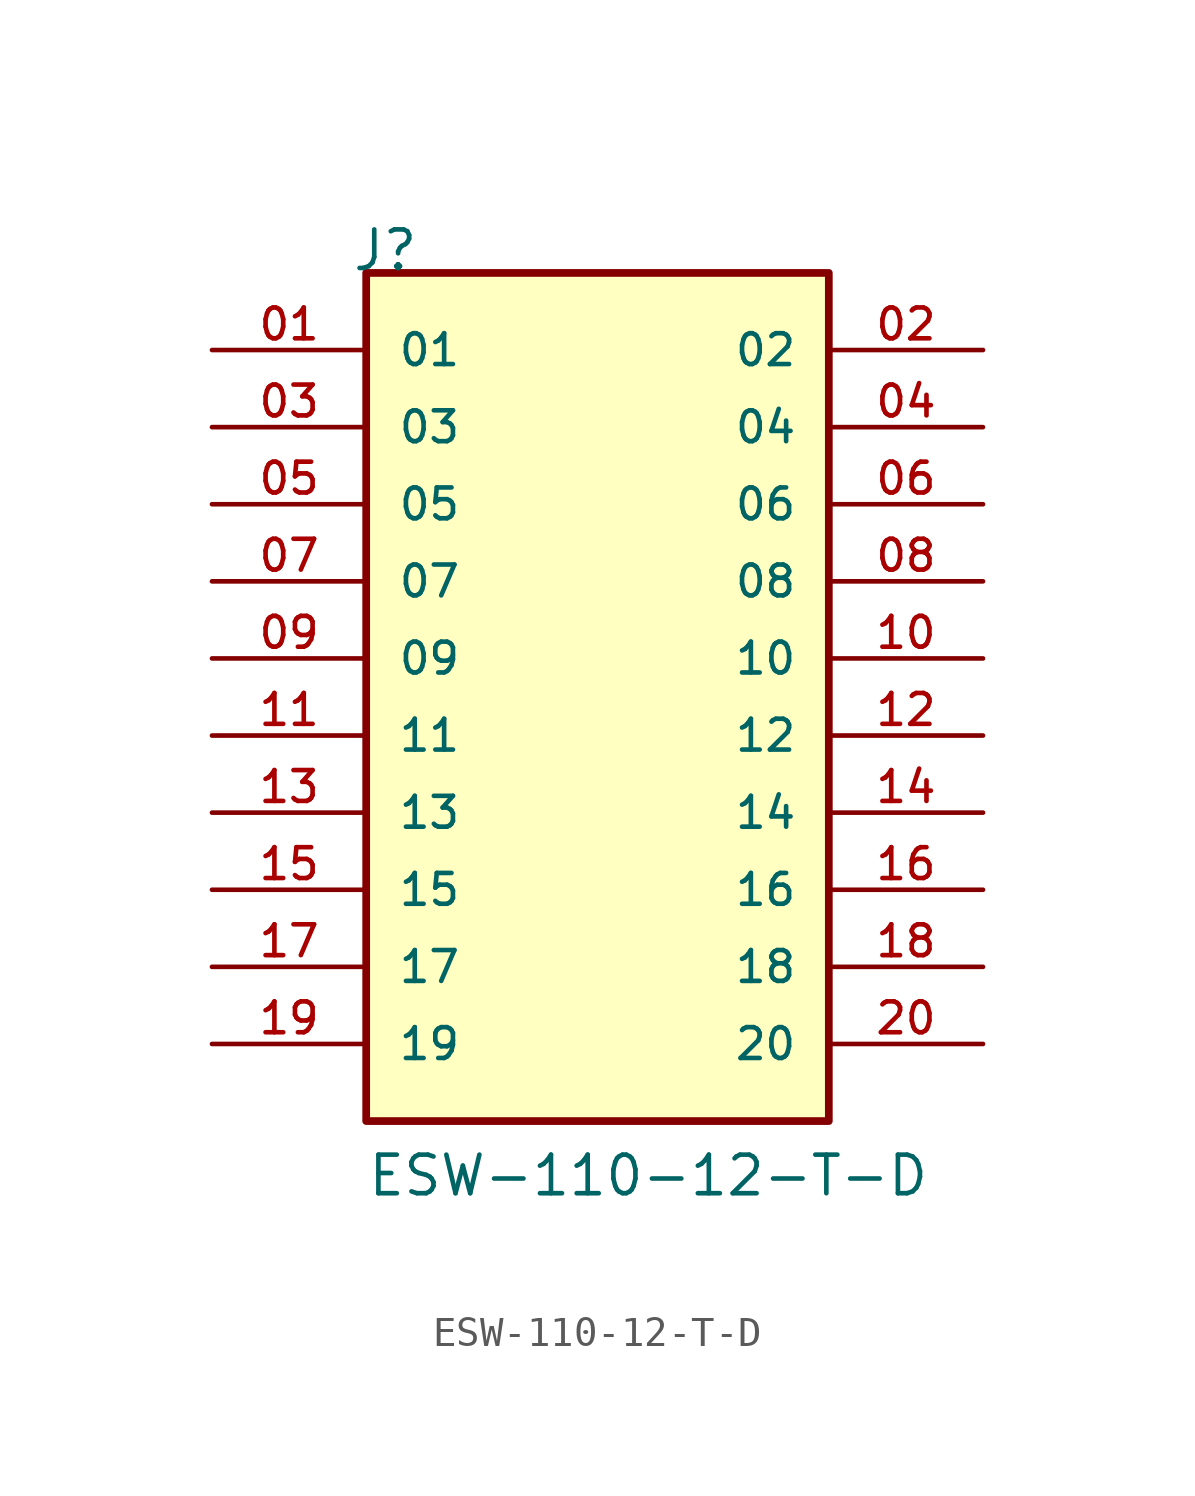
<source format=kicad_sym>
(kicad_symbol_lib
  (version 20211014)
  (generator kicad_symbol_editor)
  (symbol "ESW-110-12-T-D"
    (pin_names
      (offset 1.016))
    (property "Reference" "J"
      (at -8.12 15.24 0)
      (effects (font (size 1.27 1.27)) (justify bottom left)))
    (property "Value" "ESW-110-12-T-D"
      (at -7.62 -15.24 0)
      (effects (font (size 1.27 1.27)) (justify bottom left)))
    (symbol "ESW-110-12-T-D_0_0"
      (rectangle (start -7.62 -12.7) (end 7.62 15.24) (stroke (width 0.254)) (fill (type background)))
      (pin passive line (at -12.7 12.7 0) (length 5.08) (name "01" (effects (font (size 1.016 1.016)))) (number "01" (effects (font (size 1.016 1.016)))))
      (pin passive line (at 12.7 12.7 180.0) (length 5.08) (name "02" (effects (font (size 1.016 1.016)))) (number "02" (effects (font (size 1.016 1.016)))))
      (pin passive line (at -12.7 10.16 0) (length 5.08) (name "03" (effects (font (size 1.016 1.016)))) (number "03" (effects (font (size 1.016 1.016)))))
      (pin passive line (at 12.7 10.16 180.0) (length 5.08) (name "04" (effects (font (size 1.016 1.016)))) (number "04" (effects (font (size 1.016 1.016)))))
      (pin passive line (at -12.7 7.62 0) (length 5.08) (name "05" (effects (font (size 1.016 1.016)))) (number "05" (effects (font (size 1.016 1.016)))))
      (pin passive line (at 12.7 7.62 180.0) (length 5.08) (name "06" (effects (font (size 1.016 1.016)))) (number "06" (effects (font (size 1.016 1.016)))))
      (pin passive line (at -12.7 5.08 0) (length 5.08) (name "07" (effects (font (size 1.016 1.016)))) (number "07" (effects (font (size 1.016 1.016)))))
      (pin passive line (at 12.7 5.08 180.0) (length 5.08) (name "08" (effects (font (size 1.016 1.016)))) (number "08" (effects (font (size 1.016 1.016)))))
      (pin passive line (at -12.7 2.54 0) (length 5.08) (name "09" (effects (font (size 1.016 1.016)))) (number "09" (effects (font (size 1.016 1.016)))))
      (pin passive line (at 12.7 2.54 180.0) (length 5.08) (name "10" (effects (font (size 1.016 1.016)))) (number "10" (effects (font (size 1.016 1.016)))))
      (pin passive line (at -12.7 0.0 0) (length 5.08) (name "11" (effects (font (size 1.016 1.016)))) (number "11" (effects (font (size 1.016 1.016)))))
      (pin passive line (at 12.7 0.0 180.0) (length 5.08) (name "12" (effects (font (size 1.016 1.016)))) (number "12" (effects (font (size 1.016 1.016)))))
      (pin passive line (at -12.7 -2.54 0) (length 5.08) (name "13" (effects (font (size 1.016 1.016)))) (number "13" (effects (font (size 1.016 1.016)))))
      (pin passive line (at 12.7 -2.54 180.0) (length 5.08) (name "14" (effects (font (size 1.016 1.016)))) (number "14" (effects (font (size 1.016 1.016)))))
      (pin passive line (at -12.7 -5.08 0) (length 5.08) (name "15" (effects (font (size 1.016 1.016)))) (number "15" (effects (font (size 1.016 1.016)))))
      (pin passive line (at 12.7 -5.08 180.0) (length 5.08) (name "16" (effects (font (size 1.016 1.016)))) (number "16" (effects (font (size 1.016 1.016)))))
      (pin passive line (at -12.7 -7.62 0) (length 5.08) (name "17" (effects (font (size 1.016 1.016)))) (number "17" (effects (font (size 1.016 1.016)))))
      (pin passive line (at 12.7 -7.62 180.0) (length 5.08) (name "18" (effects (font (size 1.016 1.016)))) (number "18" (effects (font (size 1.016 1.016)))))
      (pin passive line (at -12.7 -10.16 0) (length 5.08) (name "19" (effects (font (size 1.016 1.016)))) (number "19" (effects (font (size 1.016 1.016)))))
      (pin passive line (at 12.7 -10.16 180.0) (length 5.08) (name "20" (effects (font (size 1.016 1.016)))) (number "20" (effects (font (size 1.016 1.016))))))))
</source>
